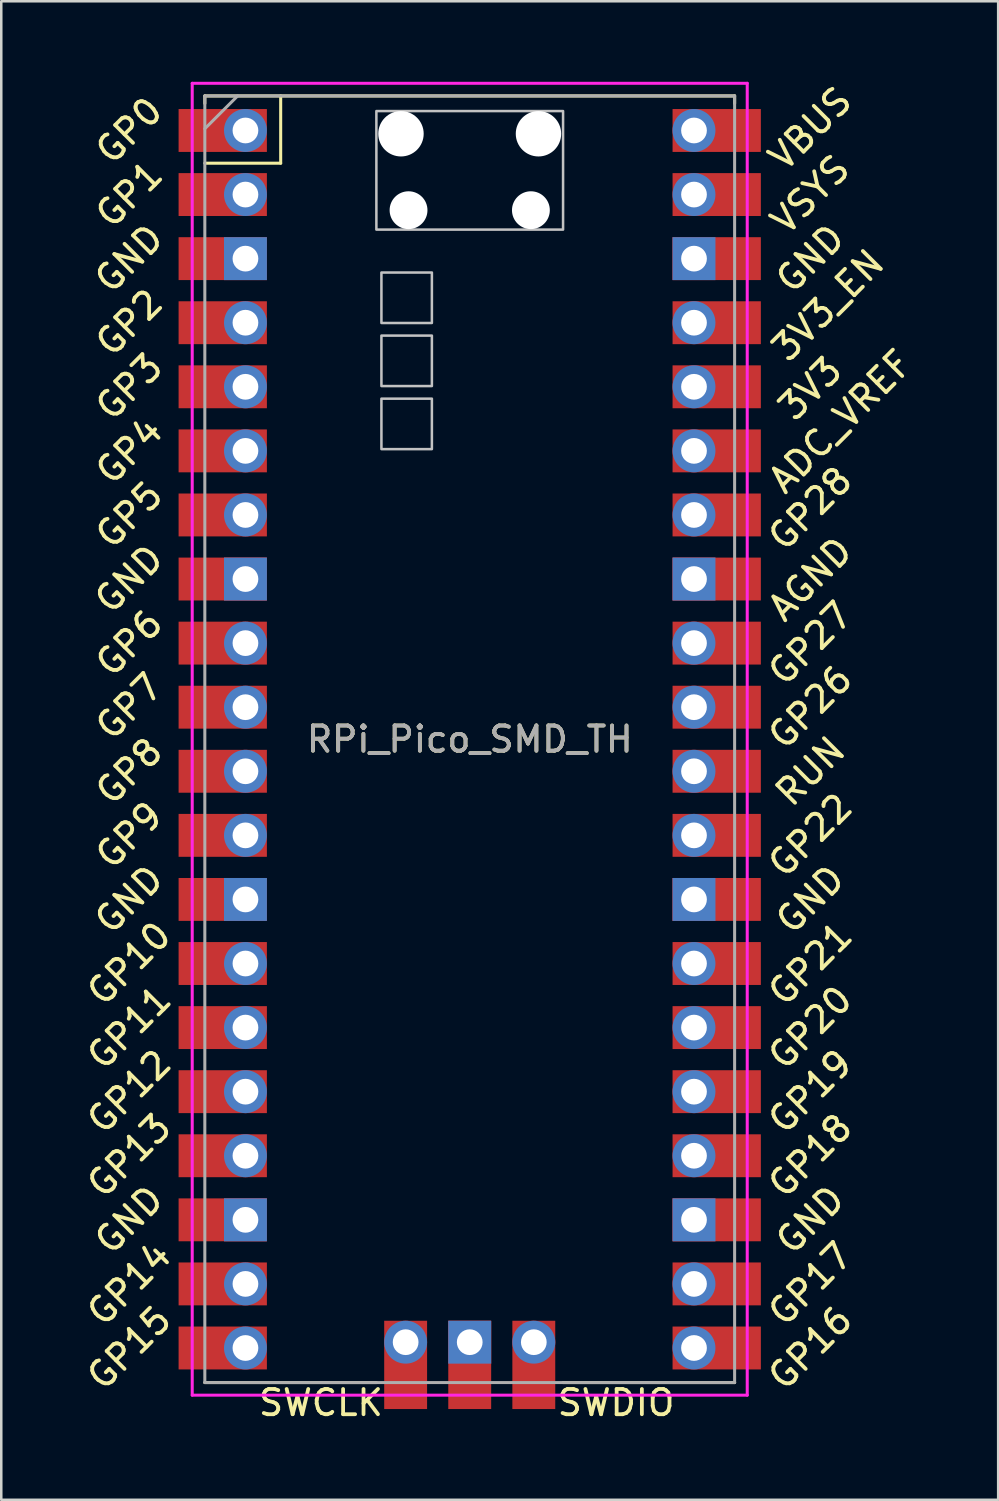
<source format=kicad_pcb>
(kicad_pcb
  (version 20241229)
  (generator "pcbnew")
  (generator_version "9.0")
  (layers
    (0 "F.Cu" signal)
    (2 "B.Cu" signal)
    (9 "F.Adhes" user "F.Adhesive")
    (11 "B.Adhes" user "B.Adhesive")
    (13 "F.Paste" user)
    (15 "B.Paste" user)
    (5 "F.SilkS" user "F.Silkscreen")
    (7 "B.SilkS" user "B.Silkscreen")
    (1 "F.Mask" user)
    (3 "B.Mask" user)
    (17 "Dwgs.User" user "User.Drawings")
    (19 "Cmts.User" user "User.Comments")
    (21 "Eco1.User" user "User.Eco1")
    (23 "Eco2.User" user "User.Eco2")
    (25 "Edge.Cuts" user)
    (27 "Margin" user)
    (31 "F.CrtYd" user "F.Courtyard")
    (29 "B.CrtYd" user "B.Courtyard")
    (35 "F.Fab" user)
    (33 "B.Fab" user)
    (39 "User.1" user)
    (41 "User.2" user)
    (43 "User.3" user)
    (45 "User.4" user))
  (footprint "RPi_Pico_SMD_TH"
    (layer "F.Cu")
    (at 15.569 26.252)
    (property "Reference" "RPi_Pico_SMD_TH" (at 0 0 0) (layer "F.SilkS") (effects (font (size 1 1) (thickness 0.15))))
    (attr through_hole)
    (fp_line (start -10.5 -25.5) (end -10.5 -25.2) (stroke (width 0.12) (type solid)) (layer "F.SilkS"))
    (fp_line (start -10.5 -25.5) (end 10.5 -25.5) (stroke (width 0.12) (type solid)) (layer "F.SilkS"))
    (fp_line (start -10.5 -22.833) (end -7.493 -22.833) (stroke (width 0.12) (type solid)) (layer "F.SilkS"))
    (fp_line (start -7.493 -22.833) (end -7.493 -25.5) (stroke (width 0.12) (type solid)) (layer "F.SilkS"))
    (fp_line (start -3.7 25.5) (end -10.5 25.5) (stroke (width 0.12) (type solid)) (layer "F.SilkS"))
    (fp_line (start 10.5 -25.5) (end 10.5 -25.2) (stroke (width 0.12) (type solid)) (layer "F.SilkS"))
    (fp_line (start 10.5 25.5) (end 3.7 25.5) (stroke (width 0.12) (type solid)) (layer "F.SilkS"))
    (fp_poly (pts (xy -1.5 -16.5) (xy -3.5 -16.5) (xy -3.5 -18.5) (xy -1.5 -18.5)) (stroke (width 0.1) (type solid)) (fill no) (layer "Dwgs.User"))
    (fp_poly (pts (xy -1.5 -14) (xy -3.5 -14) (xy -3.5 -16) (xy -1.5 -16)) (stroke (width 0.1) (type solid)) (fill no) (layer "Dwgs.User"))
    (fp_poly (pts (xy -1.5 -11.5) (xy -3.5 -11.5) (xy -3.5 -13.5) (xy -1.5 -13.5)) (stroke (width 0.1) (type solid)) (fill no) (layer "Dwgs.User"))
    (fp_poly (pts (xy 3.7 -20.2) (xy -3.7 -20.2) (xy -3.7 -24.9) (xy 3.7 -24.9)) (stroke (width 0.1) (type solid)) (fill no) (layer "Dwgs.User"))
    (fp_line (start -11 -26) (end 11 -26) (stroke (width 0.12) (type solid)) (layer "F.CrtYd"))
    (fp_line (start -11 26) (end -11 -26) (stroke (width 0.12) (type solid)) (layer "F.CrtYd"))
    (fp_line (start 11 -26) (end 11 26) (stroke (width 0.12) (type solid)) (layer "F.CrtYd"))
    (fp_line (start 11 26) (end -11 26) (stroke (width 0.12) (type solid)) (layer "F.CrtYd"))
    (fp_line (start -10.5 -25.5) (end 10.5 -25.5) (stroke (width 0.12) (type solid)) (layer "F.Fab"))
    (fp_line (start -10.5 -24.2) (end -9.2 -25.5) (stroke (width 0.12) (type solid)) (layer "F.Fab"))
    (fp_line (start -10.5 25.5) (end -10.5 -25.5) (stroke (width 0.12) (type solid)) (layer "F.Fab"))
    (fp_line (start 10.5 -25.5) (end 10.5 25.5) (stroke (width 0.12) (type solid)) (layer "F.Fab"))
    (fp_line (start 10.5 25.5) (end -10.5 25.5) (stroke (width 0.12) (type solid)) (layer "F.Fab"))
    (fp_text user "GND" (at -13.5 19.05 45) (layer "F.SilkS") (effects (font (size 1 1) (thickness 0.15))))
    (fp_text user "GP19" (at 13.5 13.97 45) (layer "F.SilkS") (effects (font (size 1 1) (thickness 0.15))))
    (fp_text user "RUN" (at 13.5 1.27 45) (layer "F.SilkS") (effects (font (size 1 1) (thickness 0.15))))
    (fp_text user "VSYS" (at 13.5 -21.59 45) (layer "F.SilkS") (effects (font (size 1 1) (thickness 0.15))))
    (fp_text user "GP7" (at -13.5 -1.3 45) (layer "F.SilkS") (effects (font (size 1 1) (thickness 0.15))))
    (fp_text user "GP26" (at 13.5 -1.27 45) (layer "F.SilkS") (effects (font (size 1 1) (thickness 0.15))))
    (fp_text user "GND" (at 13.5 6.35 45) (layer "F.SilkS") (effects (font (size 1 1) (thickness 0.15))))
    (fp_text user "3V3" (at 13.5 -13.9 45) (layer "F.SilkS") (effects (font (size 1 1) (thickness 0.15))))
    (fp_text user "GP9" (at -13.5 3.81 45) (layer "F.SilkS") (effects (font (size 1 1) (thickness 0.15))))
    (fp_text user "GP8" (at -13.5 1.27 45) (layer "F.SilkS") (effects (font (size 1 1) (thickness 0.15))))
    (fp_text user "GP22" (at 13.5 3.81 45) (layer "F.SilkS") (effects (font (size 1 1) (thickness 0.15))))
    (fp_text user "ADC_VREF" (at 14.7 -12.6 45) (layer "F.SilkS") (effects (font (size 1 1) (thickness 0.15))))
    (fp_text user "3V3_EN" (at 14.2 -17.2 45) (layer "F.SilkS") (effects (font (size 1 1) (thickness 0.15))))
    (fp_text user "GP2" (at -13.5 -16.51 45) (layer "F.SilkS") (effects (font (size 1 1) (thickness 0.15))))
    (fp_text user "GND" (at -13.5 6.35 45) (layer "F.SilkS") (effects (font (size 1 1) (thickness 0.15))))
    (fp_text user "GP10" (at -13.5 8.89 45) (layer "F.SilkS") (effects (font (size 1 1) (thickness 0.15))))
    (fp_text user "GP13" (at -13.5 16.51 45) (layer "F.SilkS") (effects (font (size 1 1) (thickness 0.15))))
    (fp_text user "GP6" (at -13.5 -3.81 45) (layer "F.SilkS") (effects (font (size 1 1) (thickness 0.15))))
    (fp_text user "GP3" (at -13.5 -13.97 45) (layer "F.SilkS") (effects (font (size 1 1) (thickness 0.15))))
    (fp_text user "GP12" (at -13.5 13.97 45) (layer "F.SilkS") (effects (font (size 1 1) (thickness 0.15))))
    (fp_text user "GP21" (at 13.5 8.9 45) (layer "F.SilkS") (effects (font (size 1 1) (thickness 0.15))))
    (fp_text user "GND" (at 13.5 -19.05 45) (layer "F.SilkS") (effects (font (size 1 1) (thickness 0.15))))
    (fp_text user "GP27" (at 13.5 -3.8 45) (layer "F.SilkS") (effects (font (size 1 1) (thickness 0.15))))
    (fp_text user "GP17" (at 13.5 21.59 45) (layer "F.SilkS") (effects (font (size 1 1) (thickness 0.15))))
    (fp_text user "GP15" (at -13.5 24.13 45) (layer "F.SilkS") (effects (font (size 1 1) (thickness 0.15))))
    (fp_text user "GND" (at -13.5 -19.05 45) (layer "F.SilkS") (effects (font (size 1 1) (thickness 0.15))))
    (fp_text user "GP1" (at -13.5 -21.6 45) (layer "F.SilkS") (effects (font (size 1 1) (thickness 0.15))))
    (fp_text user "AGND" (at 13.5 -6.35 45) (layer "F.SilkS") (effects (font (size 1 1) (thickness 0.15))))
    (fp_text user "VBUS" (at 13.5 -24.2 45) (layer "F.SilkS") (effects (font (size 1 1) (thickness 0.15))))
    (fp_text user "GND" (at 13.5 19.05 45) (layer "F.SilkS") (effects (font (size 1 1) (thickness 0.15))))
    (fp_text user "SWDIO" (at 5.8 26.3 0) (layer "F.SilkS") (effects (font (size 1 1) (thickness 0.15))))
    (fp_text user "GP18" (at 13.5 16.51 45) (layer "F.SilkS") (effects (font (size 1 1) (thickness 0.15))))
    (fp_text user "GP14" (at -13.5 21.59 45) (layer "F.SilkS") (effects (font (size 1 1) (thickness 0.15))))
    (fp_text user "SWCLK" (at -5.9 26.3 0) (layer "F.SilkS") (effects (font (size 1 1) (thickness 0.15))))
    (fp_text user "GP4" (at -13.5 -11.43 45) (layer "F.SilkS") (effects (font (size 1 1) (thickness 0.15))))
    (fp_text user "GP20" (at 13.5 11.43 45) (layer "F.SilkS") (effects (font (size 1 1) (thickness 0.15))))
    (fp_text user "GND" (at -13.5 -6.35 45) (layer "F.SilkS") (effects (font (size 1 1) (thickness 0.15))))
    (fp_text user "GP0" (at -13.5 -24.13 45) (layer "F.SilkS") (effects (font (size 1 1) (thickness 0.15))))
    (fp_text user "GP28" (at 13.5 -9.144 45) (layer "F.SilkS") (effects (font (size 1 1) (thickness 0.15))))
    (fp_text user "GP5" (at -13.5 -8.89 45) (layer "F.SilkS") (effects (font (size 1 1) (thickness 0.15))))
    (fp_text user "GP16" (at 13.5 24.13 45) (layer "F.SilkS") (effects (font (size 1 1) (thickness 0.15))))
    (fp_text user "GP11" (at -13.5 11.43 45) (layer "F.SilkS") (effects (font (size 1 1) (thickness 0.15))))
    (fp_text user "${REFERENCE}" (at 0 0 180) (layer "F.Fab") (effects (font (size 1 1) (thickness 0.15))))
    (pad "" np_thru_hole oval (at -2.725 -24) (size 1.8 1.8) (drill 1.8) (layers "*.Cu" "*.Mask"))
    (pad "" np_thru_hole oval (at -2.425 -20.97) (size 1.5 1.5) (drill 1.5) (layers "*.Cu" "*.Mask"))
    (pad "" np_thru_hole oval (at 2.425 -20.97) (size 1.5 1.5) (drill 1.5) (layers "*.Cu" "*.Mask"))
    (pad "" np_thru_hole oval (at 2.725 -24) (size 1.8 1.8) (drill 1.8) (layers "*.Cu" "*.Mask"))
    (pad "1" thru_hole oval (at -8.89 -24.13) (size 1.7 1.7) (drill 1.02) (layers "*.Cu" "*.Mask"))
    (pad "1" smd rect (at -8.89 -24.13) (size 3.5 1.7) (drill (offset -0.9 0)) (layers "F.Cu" "F.Mask"))
    (pad "2" thru_hole oval (at -8.89 -21.59) (size 1.7 1.7) (drill 1.02) (layers "*.Cu" "*.Mask"))
    (pad "2" smd rect (at -8.89 -21.59) (size 3.5 1.7) (drill (offset -0.9 0)) (layers "F.Cu" "F.Mask"))
    (pad "3" thru_hole rect (at -8.89 -19.05) (size 1.7 1.7) (drill 1.02) (layers "*.Cu" "*.Mask"))
    (pad "3" smd rect (at -8.89 -19.05) (size 3.5 1.7) (drill (offset -0.9 0)) (layers "F.Cu" "F.Mask"))
    (pad "4" thru_hole oval (at -8.89 -16.51) (size 1.7 1.7) (drill 1.02) (layers "*.Cu" "*.Mask"))
    (pad "4" smd rect (at -8.89 -16.51) (size 3.5 1.7) (drill (offset -0.9 0)) (layers "F.Cu" "F.Mask"))
    (pad "5" thru_hole oval (at -8.89 -13.97) (size 1.7 1.7) (drill 1.02) (layers "*.Cu" "*.Mask"))
    (pad "5" smd rect (at -8.89 -13.97) (size 3.5 1.7) (drill (offset -0.9 0)) (layers "F.Cu" "F.Mask"))
    (pad "6" thru_hole oval (at -8.89 -11.43) (size 1.7 1.7) (drill 1.02) (layers "*.Cu" "*.Mask"))
    (pad "6" smd rect (at -8.89 -11.43) (size 3.5 1.7) (drill (offset -0.9 0)) (layers "F.Cu" "F.Mask"))
    (pad "7" thru_hole oval (at -8.89 -8.89) (size 1.7 1.7) (drill 1.02) (layers "*.Cu" "*.Mask"))
    (pad "7" smd rect (at -8.89 -8.89) (size 3.5 1.7) (drill (offset -0.9 0)) (layers "F.Cu" "F.Mask"))
    (pad "8" thru_hole rect (at -8.89 -6.35) (size 1.7 1.7) (drill 1.02) (layers "*.Cu" "*.Mask"))
    (pad "8" smd rect (at -8.89 -6.35) (size 3.5 1.7) (drill (offset -0.9 0)) (layers "F.Cu" "F.Mask"))
    (pad "9" thru_hole oval (at -8.89 -3.81) (size 1.7 1.7) (drill 1.02) (layers "*.Cu" "*.Mask"))
    (pad "9" smd rect (at -8.89 -3.81) (size 3.5 1.7) (drill (offset -0.9 0)) (layers "F.Cu" "F.Mask"))
    (pad "10" thru_hole oval (at -8.89 -1.27) (size 1.7 1.7) (drill 1.02) (layers "*.Cu" "*.Mask"))
    (pad "10" smd rect (at -8.89 -1.27) (size 3.5 1.7) (drill (offset -0.9 0)) (layers "F.Cu" "F.Mask"))
    (pad "11" thru_hole oval (at -8.89 1.27) (size 1.7 1.7) (drill 1.02) (layers "*.Cu" "*.Mask"))
    (pad "11" smd rect (at -8.89 1.27) (size 3.5 1.7) (drill (offset -0.9 0)) (layers "F.Cu" "F.Mask"))
    (pad "12" thru_hole oval (at -8.89 3.81) (size 1.7 1.7) (drill 1.02) (layers "*.Cu" "*.Mask"))
    (pad "12" smd rect (at -8.89 3.81) (size 3.5 1.7) (drill (offset -0.9 0)) (layers "F.Cu" "F.Mask"))
    (pad "13" thru_hole rect (at -8.89 6.35) (size 1.7 1.7) (drill 1.02) (layers "*.Cu" "*.Mask"))
    (pad "13" smd rect (at -8.89 6.35) (size 3.5 1.7) (drill (offset -0.9 0)) (layers "F.Cu" "F.Mask"))
    (pad "14" thru_hole oval (at -8.89 8.89) (size 1.7 1.7) (drill 1.02) (layers "*.Cu" "*.Mask"))
    (pad "14" smd rect (at -8.89 8.89) (size 3.5 1.7) (drill (offset -0.9 0)) (layers "F.Cu" "F.Mask"))
    (pad "15" thru_hole oval (at -8.89 11.43) (size 1.7 1.7) (drill 1.02) (layers "*.Cu" "*.Mask"))
    (pad "15" smd rect (at -8.89 11.43) (size 3.5 1.7) (drill (offset -0.9 0)) (layers "F.Cu" "F.Mask"))
    (pad "16" thru_hole oval (at -8.89 13.97) (size 1.7 1.7) (drill 1.02) (layers "*.Cu" "*.Mask"))
    (pad "16" smd rect (at -8.89 13.97) (size 3.5 1.7) (drill (offset -0.9 0)) (layers "F.Cu" "F.Mask"))
    (pad "17" thru_hole oval (at -8.89 16.51) (size 1.7 1.7) (drill 1.02) (layers "*.Cu" "*.Mask"))
    (pad "17" smd rect (at -8.89 16.51) (size 3.5 1.7) (drill (offset -0.9 0)) (layers "F.Cu" "F.Mask"))
    (pad "18" thru_hole rect (at -8.89 19.05) (size 1.7 1.7) (drill 1.02) (layers "*.Cu" "*.Mask"))
    (pad "18" smd rect (at -8.89 19.05) (size 3.5 1.7) (drill (offset -0.9 0)) (layers "F.Cu" "F.Mask"))
    (pad "19" thru_hole oval (at -8.89 21.59) (size 1.7 1.7) (drill 1.02) (layers "*.Cu" "*.Mask"))
    (pad "19" smd rect (at -8.89 21.59) (size 3.5 1.7) (drill (offset -0.9 0)) (layers "F.Cu" "F.Mask"))
    (pad "20" thru_hole oval (at -8.89 24.13) (size 1.7 1.7) (drill 1.02) (layers "*.Cu" "*.Mask"))
    (pad "20" smd rect (at -8.89 24.13) (size 3.5 1.7) (drill (offset -0.9 0)) (layers "F.Cu" "F.Mask"))
    (pad "21" thru_hole oval (at 8.89 24.13) (size 1.7 1.7) (drill 1.02) (layers "*.Cu" "*.Mask"))
    (pad "21" smd rect (at 8.89 24.13) (size 3.5 1.7) (drill (offset 0.9 0)) (layers "F.Cu" "F.Mask"))
    (pad "22" thru_hole oval (at 8.89 21.59) (size 1.7 1.7) (drill 1.02) (layers "*.Cu" "*.Mask"))
    (pad "22" smd rect (at 8.89 21.59) (size 3.5 1.7) (drill (offset 0.9 0)) (layers "F.Cu" "F.Mask"))
    (pad "23" thru_hole rect (at 8.89 19.05) (size 1.7 1.7) (drill 1.02) (layers "*.Cu" "*.Mask"))
    (pad "23" smd rect (at 8.89 19.05) (size 3.5 1.7) (drill (offset 0.9 0)) (layers "F.Cu" "F.Mask"))
    (pad "24" thru_hole oval (at 8.89 16.51) (size 1.7 1.7) (drill 1.02) (layers "*.Cu" "*.Mask"))
    (pad "24" smd rect (at 8.89 16.51) (size 3.5 1.7) (drill (offset 0.9 0)) (layers "F.Cu" "F.Mask"))
    (pad "25" thru_hole oval (at 8.89 13.97) (size 1.7 1.7) (drill 1.02) (layers "*.Cu" "*.Mask"))
    (pad "25" smd rect (at 8.89 13.97) (size 3.5 1.7) (drill (offset 0.9 0)) (layers "F.Cu" "F.Mask"))
    (pad "26" thru_hole oval (at 8.89 11.43) (size 1.7 1.7) (drill 1.02) (layers "*.Cu" "*.Mask"))
    (pad "26" smd rect (at 8.89 11.43) (size 3.5 1.7) (drill (offset 0.9 0)) (layers "F.Cu" "F.Mask"))
    (pad "27" thru_hole oval (at 8.89 8.89) (size 1.7 1.7) (drill 1.02) (layers "*.Cu" "*.Mask"))
    (pad "27" smd rect (at 8.89 8.89) (size 3.5 1.7) (drill (offset 0.9 0)) (layers "F.Cu" "F.Mask"))
    (pad "28" thru_hole rect (at 8.89 6.35) (size 1.7 1.7) (drill 1.02) (layers "*.Cu" "*.Mask"))
    (pad "28" smd rect (at 8.89 6.35) (size 3.5 1.7) (drill (offset 0.9 0)) (layers "F.Cu" "F.Mask"))
    (pad "29" thru_hole oval (at 8.89 3.81) (size 1.7 1.7) (drill 1.02) (layers "*.Cu" "*.Mask"))
    (pad "29" smd rect (at 8.89 3.81) (size 3.5 1.7) (drill (offset 0.9 0)) (layers "F.Cu" "F.Mask"))
    (pad "30" thru_hole oval (at 8.89 1.27) (size 1.7 1.7) (drill 1.02) (layers "*.Cu" "*.Mask"))
    (pad "30" smd rect (at 8.89 1.27) (size 3.5 1.7) (drill (offset 0.9 0)) (layers "F.Cu" "F.Mask"))
    (pad "31" thru_hole oval (at 8.89 -1.27) (size 1.7 1.7) (drill 1.02) (layers "*.Cu" "*.Mask"))
    (pad "31" smd rect (at 8.89 -1.27) (size 3.5 1.7) (drill (offset 0.9 0)) (layers "F.Cu" "F.Mask"))
    (pad "32" thru_hole oval (at 8.89 -3.81) (size 1.7 1.7) (drill 1.02) (layers "*.Cu" "*.Mask"))
    (pad "32" smd rect (at 8.89 -3.81) (size 3.5 1.7) (drill (offset 0.9 0)) (layers "F.Cu" "F.Mask"))
    (pad "33" thru_hole rect (at 8.89 -6.35) (size 1.7 1.7) (drill 1.02) (layers "*.Cu" "*.Mask"))
    (pad "33" smd rect (at 8.89 -6.35) (size 3.5 1.7) (drill (offset 0.9 0)) (layers "F.Cu" "F.Mask"))
    (pad "34" thru_hole oval (at 8.89 -8.89) (size 1.7 1.7) (drill 1.02) (layers "*.Cu" "*.Mask"))
    (pad "34" smd rect (at 8.89 -8.89) (size 3.5 1.7) (drill (offset 0.9 0)) (layers "F.Cu" "F.Mask"))
    (pad "35" thru_hole oval (at 8.89 -11.43) (size 1.7 1.7) (drill 1.02) (layers "*.Cu" "*.Mask"))
    (pad "35" smd rect (at 8.89 -11.43) (size 3.5 1.7) (drill (offset 0.9 0)) (layers "F.Cu" "F.Mask"))
    (pad "36" thru_hole oval (at 8.89 -13.97) (size 1.7 1.7) (drill 1.02) (layers "*.Cu" "*.Mask"))
    (pad "36" smd rect (at 8.89 -13.97) (size 3.5 1.7) (drill (offset 0.9 0)) (layers "F.Cu" "F.Mask"))
    (pad "37" thru_hole oval (at 8.89 -16.51) (size 1.7 1.7) (drill 1.02) (layers "*.Cu" "*.Mask"))
    (pad "37" smd rect (at 8.89 -16.51) (size 3.5 1.7) (drill (offset 0.9 0)) (layers "F.Cu" "F.Mask"))
    (pad "38" thru_hole rect (at 8.89 -19.05) (size 1.7 1.7) (drill 1.02) (layers "*.Cu" "*.Mask"))
    (pad "38" smd rect (at 8.89 -19.05) (size 3.5 1.7) (drill (offset 0.9 0)) (layers "F.Cu" "F.Mask"))
    (pad "39" thru_hole oval (at 8.89 -21.59) (size 1.7 1.7) (drill 1.02) (layers "*.Cu" "*.Mask"))
    (pad "39" smd rect (at 8.89 -21.59) (size 3.5 1.7) (drill (offset 0.9 0)) (layers "F.Cu" "F.Mask"))
    (pad "40" thru_hole oval (at 8.89 -24.13) (size 1.7 1.7) (drill 1.02) (layers "*.Cu" "*.Mask"))
    (pad "40" smd rect (at 8.89 -24.13) (size 3.5 1.7) (drill (offset 0.9 0)) (layers "F.Cu" "F.Mask"))
    (pad "41" thru_hole oval (at -2.54 23.9) (size 1.7 1.7) (drill 1.02) (layers "*.Cu" "*.Mask"))
    (pad "41" smd rect (at -2.54 23.9 90) (size 3.5 1.7) (drill (offset -0.9 0)) (layers "F.Cu" "F.Mask"))
    (pad "42" thru_hole rect (at 0 23.9) (size 1.7 1.7) (drill 1.02) (layers "*.Cu" "*.Mask"))
    (pad "42" smd rect (at 0 23.9 90) (size 3.5 1.7) (drill (offset -0.9 0)) (layers "F.Cu" "F.Mask"))
    (pad "43" thru_hole oval (at 2.54 23.9) (size 1.7 1.7) (drill 1.02) (layers "*.Cu" "*.Mask"))
    (pad "43" smd rect (at 2.54 23.9 90) (size 3.5 1.7) (drill (offset -0.9 0)) (layers "F.Cu" "F.Mask")))
  (gr_rect
    (start -3 -3)
    (end 36.516 56.4)
    (stroke (width 0.1) (type default))
    (fill no)
    (layer "Edge.Cuts")))
</source>
